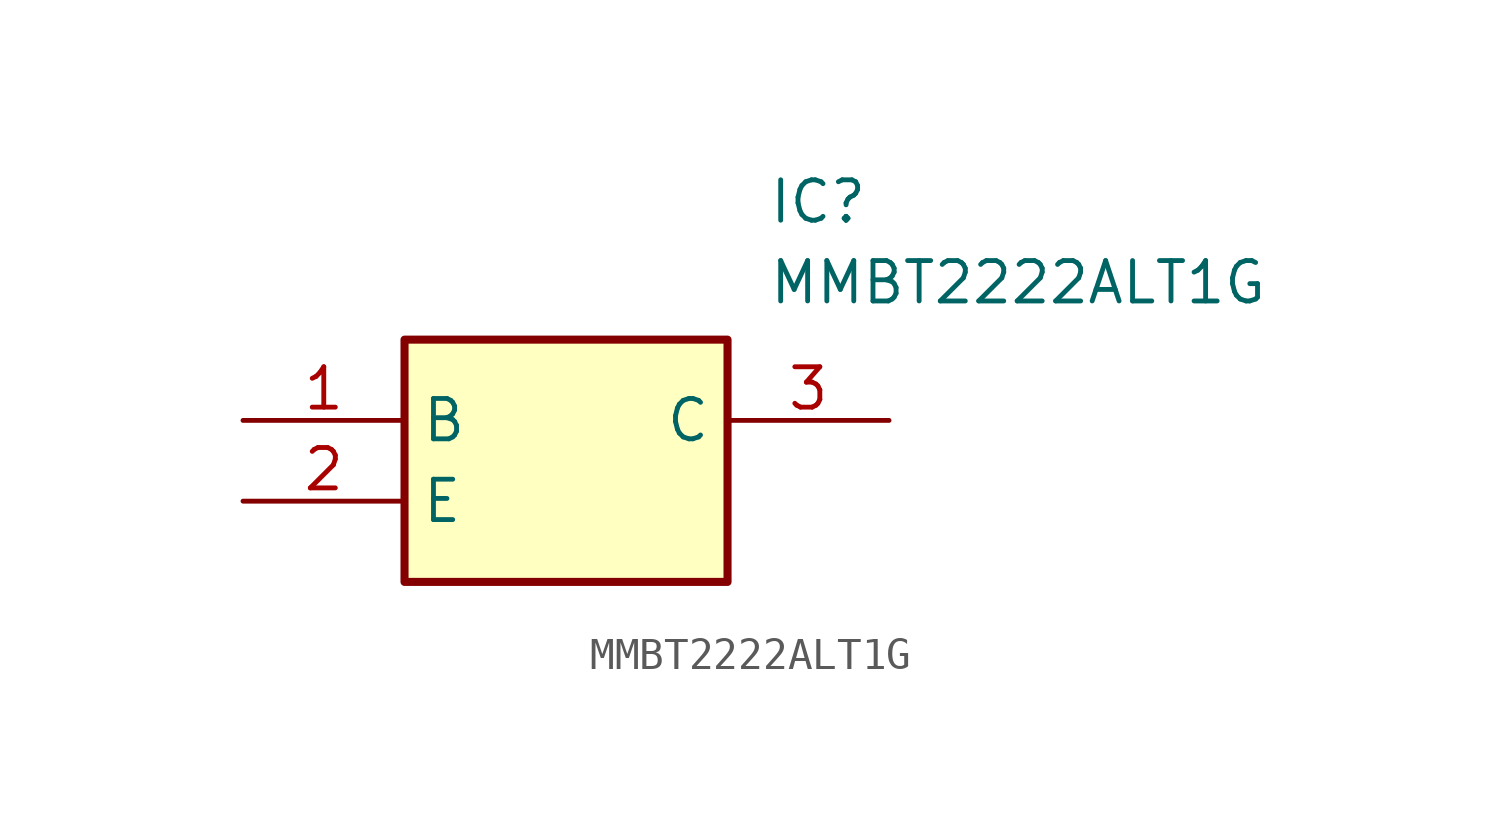
<source format=kicad_sym>
(kicad_symbol_lib
  (version 20211014)
  (generator SamacSys_ECAD_Model)
  (symbol "MMBT2222ALT1G"
    (property "Reference" "IC"
      (at 16.51 7.62 0)
      (effects (font (size 1.27 1.27)) (justify left top)))
    (property "Value" "MMBT2222ALT1G"
      (at 16.51 5.08 0)
      (effects (font (size 1.27 1.27)) (justify left top)))
    (rectangle
      (start 5.08 2.54)
      (end 15.24 -5.08)
      (stroke (width 0.254) (type default))
      (fill (type background)))
    (pin passive line
      (at 0 0 0)
      (length 5.08)
      (name "B" (effects (font (size 1.27 1.27))))
      (number "1" (effects (font (size 1.27 1.27)))))
    (pin passive line
      (at 0 -2.54 0)
      (length 5.08)
      (name "E" (effects (font (size 1.27 1.27))))
      (number "2" (effects (font (size 1.27 1.27)))))
    (pin passive line
      (at 20.32 0 180)
      (length 5.08)
      (name "C" (effects (font (size 1.27 1.27))))
      (number "3" (effects (font (size 1.27 1.27)))))))
</source>
